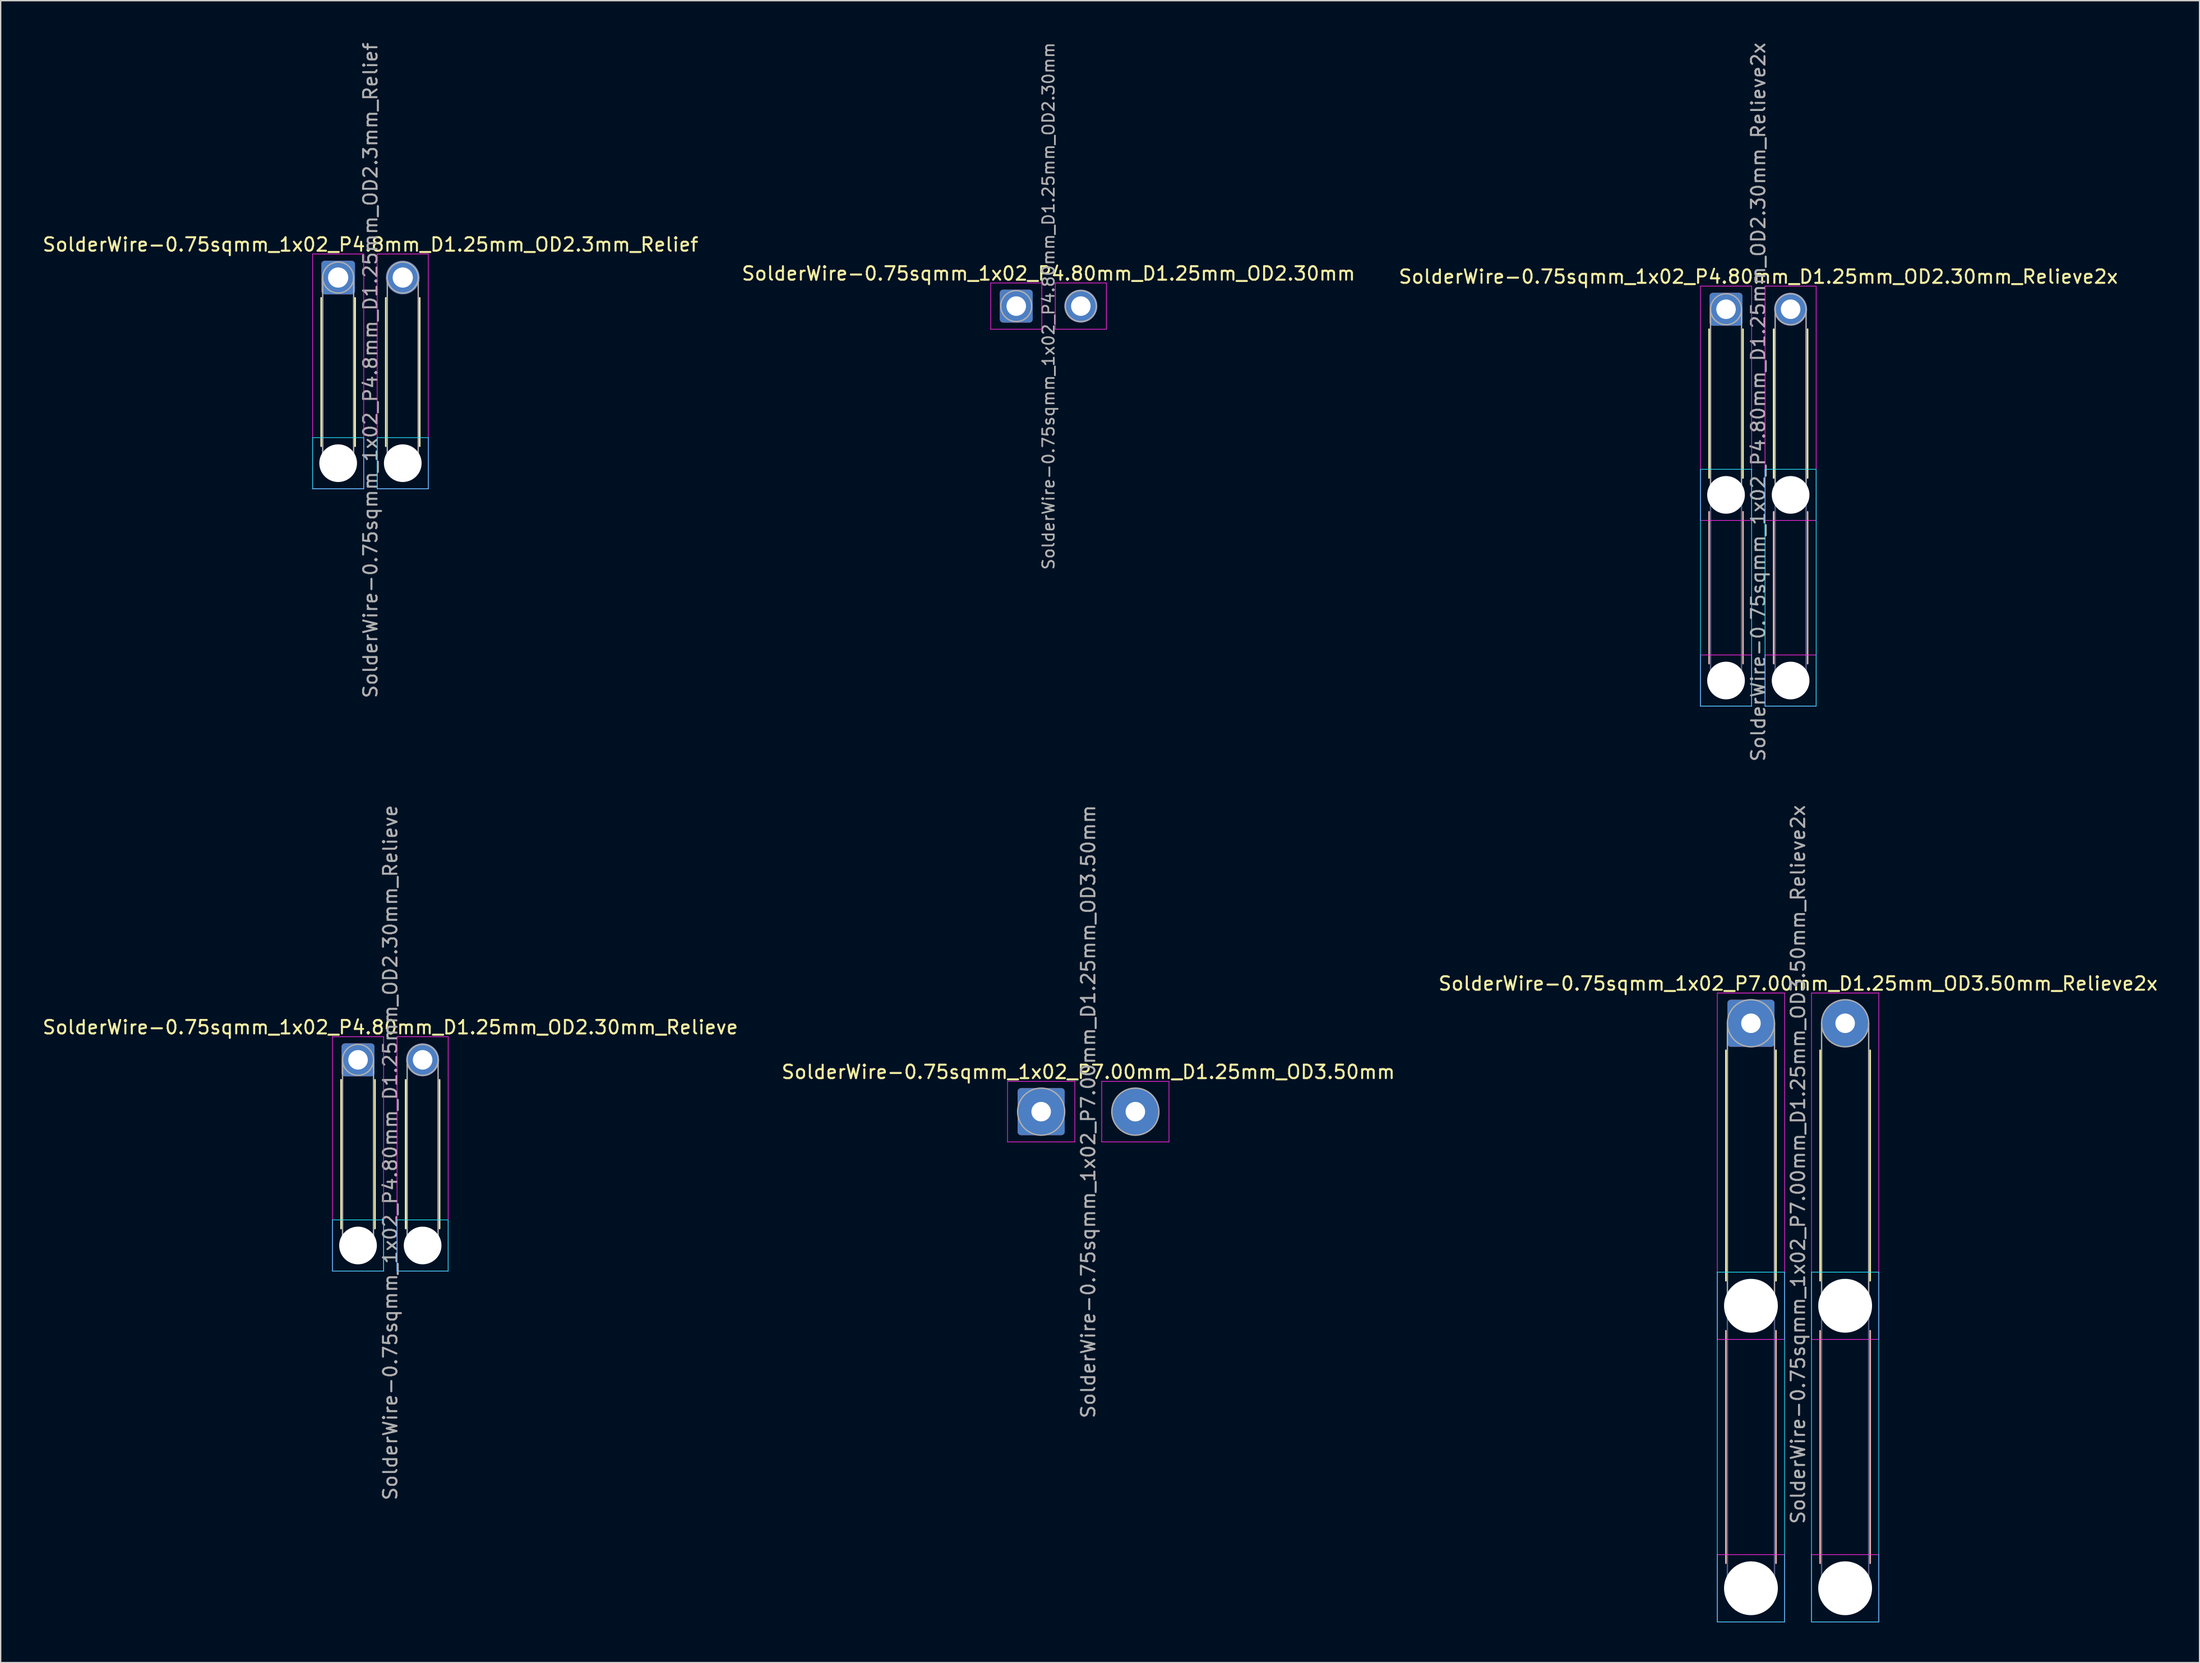
<source format=kicad_pcb>
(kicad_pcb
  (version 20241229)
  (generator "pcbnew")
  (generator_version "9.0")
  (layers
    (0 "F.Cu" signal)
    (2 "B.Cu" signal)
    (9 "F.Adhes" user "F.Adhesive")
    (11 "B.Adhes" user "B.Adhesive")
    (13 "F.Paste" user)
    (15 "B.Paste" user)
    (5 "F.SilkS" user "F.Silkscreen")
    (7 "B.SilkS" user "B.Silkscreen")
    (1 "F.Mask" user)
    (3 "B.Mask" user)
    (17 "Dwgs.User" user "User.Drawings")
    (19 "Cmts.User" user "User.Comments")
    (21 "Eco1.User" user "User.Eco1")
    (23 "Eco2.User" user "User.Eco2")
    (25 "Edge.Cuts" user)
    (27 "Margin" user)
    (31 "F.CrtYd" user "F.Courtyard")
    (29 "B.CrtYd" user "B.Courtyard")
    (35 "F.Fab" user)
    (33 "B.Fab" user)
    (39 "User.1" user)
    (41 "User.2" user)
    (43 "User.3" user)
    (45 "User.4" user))
  (footprint "SolderWire-0.75sqmm_1x02_P4.80mm_D1.25mm_OD2.30mm_Relieve"
    (layer "F.Cu")
    (at 23.558 75.737)
    (property "Reference" "SolderWire-0.75sqmm_1x02_P4.80mm_D1.25mm_OD2.30mm_Relieve" (at 2.4 -2.42 0) (layer "F.SilkS") (effects (font (size 1 1) (thickness 0.15))))
    (attr exclude_from_pos_files exclude_from_bom)
    (fp_line (start -1.26 1.485) (end -1.26 12.54) (stroke (width 0.12) (type solid)) (layer "F.SilkS"))
    (fp_line (start 1.26 1.485) (end 1.26 12.54) (stroke (width 0.12) (type solid)) (layer "F.SilkS"))
    (fp_line (start 3.54 1.485) (end 3.54 12.54) (stroke (width 0.12) (type solid)) (layer "F.SilkS"))
    (fp_line (start 6.06 1.485) (end 6.06 12.54) (stroke (width 0.12) (type solid)) (layer "F.SilkS"))
    (fp_line (start -1.9 11.9) (end -1.9 15.7) (stroke (width 0.05) (type solid)) (layer "B.CrtYd"))
    (fp_line (start -1.9 15.7) (end 1.9 15.7) (stroke (width 0.05) (type solid)) (layer "B.CrtYd"))
    (fp_line (start 1.9 11.9) (end -1.9 11.9) (stroke (width 0.05) (type solid)) (layer "B.CrtYd"))
    (fp_line (start 1.9 15.7) (end 1.9 11.9) (stroke (width 0.05) (type solid)) (layer "B.CrtYd"))
    (fp_line (start 2.9 11.9) (end 2.9 15.7) (stroke (width 0.05) (type solid)) (layer "B.CrtYd"))
    (fp_line (start 2.9 15.7) (end 6.7 15.7) (stroke (width 0.05) (type solid)) (layer "B.CrtYd"))
    (fp_line (start 6.7 11.9) (end 2.9 11.9) (stroke (width 0.05) (type solid)) (layer "B.CrtYd"))
    (fp_line (start 6.7 15.7) (end 6.7 11.9) (stroke (width 0.05) (type solid)) (layer "B.CrtYd"))
    (fp_line (start -1.9 -1.72) (end -1.9 15.7) (stroke (width 0.05) (type solid)) (layer "F.CrtYd"))
    (fp_line (start -1.9 15.7) (end 1.9 15.7) (stroke (width 0.05) (type solid)) (layer "F.CrtYd"))
    (fp_line (start 1.9 -1.72) (end -1.9 -1.72) (stroke (width 0.05) (type solid)) (layer "F.CrtYd"))
    (fp_line (start 1.9 15.7) (end 1.9 -1.72) (stroke (width 0.05) (type solid)) (layer "F.CrtYd"))
    (fp_line (start 2.9 -1.72) (end 2.9 15.7) (stroke (width 0.05) (type solid)) (layer "F.CrtYd"))
    (fp_line (start 2.9 15.7) (end 6.7 15.7) (stroke (width 0.05) (type solid)) (layer "F.CrtYd"))
    (fp_line (start 6.7 -1.72) (end 2.9 -1.72) (stroke (width 0.05) (type solid)) (layer "F.CrtYd"))
    (fp_line (start 6.7 15.7) (end 6.7 -1.72) (stroke (width 0.05) (type solid)) (layer "F.CrtYd"))
    (fp_line (start -1.15 0) (end -1.15 13.8) (stroke (width 0.1) (type solid)) (layer "F.Fab"))
    (fp_line (start 1.15 0) (end 1.15 13.8) (stroke (width 0.1) (type solid)) (layer "F.Fab"))
    (fp_line (start 3.65 0) (end 3.65 13.8) (stroke (width 0.1) (type solid)) (layer "F.Fab"))
    (fp_line (start 5.95 0) (end 5.95 13.8) (stroke (width 0.1) (type solid)) (layer "F.Fab"))
    (fp_circle (center 0 0) (end 1.15 0) (stroke (width 0.1) (type solid)) (fill no) (layer "F.Fab"))
    (fp_circle (center 0 13.8) (end 1.15 13.8) (stroke (width 0.1) (type solid)) (fill no) (layer "F.Fab"))
    (fp_circle (center 4.8 0) (end 5.95 0) (stroke (width 0.1) (type solid)) (fill no) (layer "F.Fab"))
    (fp_circle (center 4.8 13.8) (end 5.95 13.8) (stroke (width 0.1) (type solid)) (fill no) (layer "F.Fab"))
    (fp_text user "${REFERENCE}" (at 2.4 6.9 90) (layer "F.Fab") (effects (font (size 1 1) (thickness 0.15))))
    (pad "" np_thru_hole circle (at 0 13.8) (size 2.8 2.8) (drill 2.8) (layers "*.Cu" "*.Mask"))
    (pad "" np_thru_hole circle (at 4.8 13.8) (size 2.8 2.8) (drill 2.8) (layers "*.Cu" "*.Mask"))
    (pad "1" thru_hole roundrect (at 0 0) (size 2.45 2.45) (drill 1.45) (layers "*.Cu" "*.Mask") (roundrect_rratio 0.102))
    (pad "2" thru_hole circle (at 4.8 0) (size 2.45 2.45) (drill 1.45) (layers "*.Cu" "*.Mask")))
  (footprint "SolderWire-0.75sqmm_1x02_P7.00mm_D1.25mm_OD3.50mm_Relieve2x"
    (layer "F.Cu")
    (at 127.077 73.018)
    (property "Reference" "SolderWire-0.75sqmm_1x02_P7.00mm_D1.25mm_OD3.50mm_Relieve2x" (at 3.5 -2.95 0) (layer "F.SilkS") (effects (font (size 1 1) (thickness 0.15))))
    (attr exclude_from_pos_files exclude_from_bom)
    (fp_line (start -1.86 2.01) (end -1.86 19.14) (stroke (width 0.12) (type solid)) (layer "F.SilkS"))
    (fp_line (start 1.86 2.01) (end 1.86 19.14) (stroke (width 0.12) (type solid)) (layer "F.SilkS"))
    (fp_line (start 5.14 2.01) (end 5.14 19.14) (stroke (width 0.12) (type solid)) (layer "F.SilkS"))
    (fp_line (start 8.86 2.01) (end 8.86 19.14) (stroke (width 0.12) (type solid)) (layer "F.SilkS"))
    (fp_line (start -1.86 22.86) (end -1.86 40.14) (stroke (width 0.12) (type solid)) (layer "B.SilkS"))
    (fp_line (start 1.86 22.86) (end 1.86 40.14) (stroke (width 0.12) (type solid)) (layer "B.SilkS"))
    (fp_line (start 5.14 22.86) (end 5.14 40.14) (stroke (width 0.12) (type solid)) (layer "B.SilkS"))
    (fp_line (start 8.86 22.86) (end 8.86 40.14) (stroke (width 0.12) (type solid)) (layer "B.SilkS"))
    (fp_line (start -2.5 18.5) (end -2.5 44.5) (stroke (width 0.05) (type solid)) (layer "B.CrtYd"))
    (fp_line (start -2.5 44.5) (end 2.5 44.5) (stroke (width 0.05) (type solid)) (layer "B.CrtYd"))
    (fp_line (start 2.5 18.5) (end -2.5 18.5) (stroke (width 0.05) (type solid)) (layer "B.CrtYd"))
    (fp_line (start 2.5 44.5) (end 2.5 18.5) (stroke (width 0.05) (type solid)) (layer "B.CrtYd"))
    (fp_line (start 4.5 18.5) (end 4.5 44.5) (stroke (width 0.05) (type solid)) (layer "B.CrtYd"))
    (fp_line (start 4.5 44.5) (end 9.5 44.5) (stroke (width 0.05) (type solid)) (layer "B.CrtYd"))
    (fp_line (start 9.5 18.5) (end 4.5 18.5) (stroke (width 0.05) (type solid)) (layer "B.CrtYd"))
    (fp_line (start 9.5 44.5) (end 9.5 18.5) (stroke (width 0.05) (type solid)) (layer "B.CrtYd"))
    (fp_line (start -2.5 -2.25) (end -2.5 23.5) (stroke (width 0.05) (type solid)) (layer "F.CrtYd"))
    (fp_line (start -2.5 23.5) (end 2.5 23.5) (stroke (width 0.05) (type solid)) (layer "F.CrtYd"))
    (fp_line (start -2.5 39.5) (end -2.5 44.5) (stroke (width 0.05) (type solid)) (layer "F.CrtYd"))
    (fp_line (start -2.5 44.5) (end 2.5 44.5) (stroke (width 0.05) (type solid)) (layer "F.CrtYd"))
    (fp_line (start 2.5 -2.25) (end -2.5 -2.25) (stroke (width 0.05) (type solid)) (layer "F.CrtYd"))
    (fp_line (start 2.5 23.5) (end 2.5 -2.25) (stroke (width 0.05) (type solid)) (layer "F.CrtYd"))
    (fp_line (start 2.5 39.5) (end -2.5 39.5) (stroke (width 0.05) (type solid)) (layer "F.CrtYd"))
    (fp_line (start 2.5 44.5) (end 2.5 39.5) (stroke (width 0.05) (type solid)) (layer "F.CrtYd"))
    (fp_line (start 4.5 -2.25) (end 4.5 23.5) (stroke (width 0.05) (type solid)) (layer "F.CrtYd"))
    (fp_line (start 4.5 23.5) (end 9.5 23.5) (stroke (width 0.05) (type solid)) (layer "F.CrtYd"))
    (fp_line (start 4.5 39.5) (end 4.5 44.5) (stroke (width 0.05) (type solid)) (layer "F.CrtYd"))
    (fp_line (start 4.5 44.5) (end 9.5 44.5) (stroke (width 0.05) (type solid)) (layer "F.CrtYd"))
    (fp_line (start 9.5 -2.25) (end 4.5 -2.25) (stroke (width 0.05) (type solid)) (layer "F.CrtYd"))
    (fp_line (start 9.5 23.5) (end 9.5 -2.25) (stroke (width 0.05) (type solid)) (layer "F.CrtYd"))
    (fp_line (start 9.5 39.5) (end 4.5 39.5) (stroke (width 0.05) (type solid)) (layer "F.CrtYd"))
    (fp_line (start 9.5 44.5) (end 9.5 39.5) (stroke (width 0.05) (type solid)) (layer "F.CrtYd"))
    (fp_line (start -1.75 21) (end -1.75 42) (stroke (width 0.1) (type solid)) (layer "B.Fab"))
    (fp_line (start 1.75 21) (end 1.75 42) (stroke (width 0.1) (type solid)) (layer "B.Fab"))
    (fp_line (start 5.25 21) (end 5.25 42) (stroke (width 0.1) (type solid)) (layer "B.Fab"))
    (fp_line (start 8.75 21) (end 8.75 42) (stroke (width 0.1) (type solid)) (layer "B.Fab"))
    (fp_circle (center 0 21) (end 1.75 21) (stroke (width 0.1) (type solid)) (fill no) (layer "B.Fab"))
    (fp_circle (center 0 42) (end 1.75 42) (stroke (width 0.1) (type solid)) (fill no) (layer "B.Fab"))
    (fp_circle (center 7 21) (end 8.75 21) (stroke (width 0.1) (type solid)) (fill no) (layer "B.Fab"))
    (fp_circle (center 7 42) (end 8.75 42) (stroke (width 0.1) (type solid)) (fill no) (layer "B.Fab"))
    (fp_line (start -1.75 0) (end -1.75 21) (stroke (width 0.1) (type solid)) (layer "F.Fab"))
    (fp_line (start 1.75 0) (end 1.75 21) (stroke (width 0.1) (type solid)) (layer "F.Fab"))
    (fp_line (start 5.25 0) (end 5.25 21) (stroke (width 0.1) (type solid)) (layer "F.Fab"))
    (fp_line (start 8.75 0) (end 8.75 21) (stroke (width 0.1) (type solid)) (layer "F.Fab"))
    (fp_circle (center 0 0) (end 1.75 0) (stroke (width 0.1) (type solid)) (fill no) (layer "F.Fab"))
    (fp_circle (center 0 21) (end 1.75 21) (stroke (width 0.1) (type solid)) (fill no) (layer "F.Fab"))
    (fp_circle (center 0 42) (end 1.75 42) (stroke (width 0.1) (type solid)) (fill no) (layer "F.Fab"))
    (fp_circle (center 7 0) (end 8.75 0) (stroke (width 0.1) (type solid)) (fill no) (layer "F.Fab"))
    (fp_circle (center 7 21) (end 8.75 21) (stroke (width 0.1) (type solid)) (fill no) (layer "F.Fab"))
    (fp_circle (center 7 42) (end 8.75 42) (stroke (width 0.1) (type solid)) (fill no) (layer "F.Fab"))
    (fp_text user "${REFERENCE}" (at 3.5 10.5 90) (layer "F.Fab") (effects (font (size 1 1) (thickness 0.15))))
    (pad "" np_thru_hole circle (at 0 21) (size 4 4) (drill 4) (layers "*.Cu" "*.Mask"))
    (pad "" np_thru_hole circle (at 0 42) (size 4 4) (drill 4) (layers "*.Cu" "*.Mask"))
    (pad "" np_thru_hole circle (at 7 21) (size 4 4) (drill 4) (layers "*.Cu" "*.Mask"))
    (pad "" np_thru_hole circle (at 7 42) (size 4 4) (drill 4) (layers "*.Cu" "*.Mask"))
    (pad "1" thru_hole roundrect (at 0 0) (size 3.5 3.5) (drill 1.45) (layers "*.Cu" "*.Mask") (roundrect_rratio 0.071))
    (pad "2" thru_hole circle (at 7 0) (size 3.5 3.5) (drill 1.45) (layers "*.Cu" "*.Mask")))
  (footprint "SolderWire-0.75sqmm_1x02_P4.80mm_D1.25mm_OD2.30mm"
    (layer "F.Cu")
    (at 72.475 19.705)
    (property "Reference" "SolderWire-0.75sqmm_1x02_P4.80mm_D1.25mm_OD2.30mm" (at 2.4 -2.42 0) (layer "F.SilkS") (effects (font (size 1 1) (thickness 0.15))))
    (attr exclude_from_pos_files exclude_from_bom)
    (fp_line (start -1.9 -1.72) (end -1.9 1.72) (stroke (width 0.05) (type solid)) (layer "F.CrtYd"))
    (fp_line (start -1.9 1.72) (end 1.9 1.72) (stroke (width 0.05) (type solid)) (layer "F.CrtYd"))
    (fp_line (start 1.9 -1.72) (end -1.9 -1.72) (stroke (width 0.05) (type solid)) (layer "F.CrtYd"))
    (fp_line (start 1.9 1.72) (end 1.9 -1.72) (stroke (width 0.05) (type solid)) (layer "F.CrtYd"))
    (fp_line (start 2.9 -1.72) (end 2.9 1.72) (stroke (width 0.05) (type solid)) (layer "F.CrtYd"))
    (fp_line (start 2.9 1.72) (end 6.7 1.72) (stroke (width 0.05) (type solid)) (layer "F.CrtYd"))
    (fp_line (start 6.7 -1.72) (end 2.9 -1.72) (stroke (width 0.05) (type solid)) (layer "F.CrtYd"))
    (fp_line (start 6.7 1.72) (end 6.7 -1.72) (stroke (width 0.05) (type solid)) (layer "F.CrtYd"))
    (fp_circle (center 0 0) (end 1.15 0) (stroke (width 0.1) (type solid)) (fill no) (layer "F.Fab"))
    (fp_circle (center 4.8 0) (end 5.95 0) (stroke (width 0.1) (type solid)) (fill no) (layer "F.Fab"))
    (fp_text user "${REFERENCE}" (at 2.4 0 90) (layer "F.Fab") (effects (font (size 0.86 0.86) (thickness 0.13))))
    (pad "1" thru_hole roundrect (at 0 0) (size 2.45 2.45) (drill 1.45) (layers "*.Cu" "*.Mask") (roundrect_rratio 0.102))
    (pad "2" thru_hole circle (at 4.8 0) (size 2.45 2.45) (drill 1.45) (layers "*.Cu" "*.Mask")))
  (footprint "SolderWire-0.75sqmm_1x02_P4.8mm_D1.25mm_OD2.3mm_Relief"
    (layer "F.Cu")
    (at 22.082 17.582)
    (property "Reference" "SolderWire-0.75sqmm_1x02_P4.8mm_D1.25mm_OD2.3mm_Relief" (at 2.4 -2.45 0) (layer "F.SilkS") (effects (font (size 1 1) (thickness 0.15))))
    (attr exclude_from_pos_files exclude_from_bom)
    (fp_line (start -1.26 1.51) (end -1.26 12.54) (stroke (width 0.12) (type solid)) (layer "F.SilkS"))
    (fp_line (start 1.26 1.51) (end 1.26 12.54) (stroke (width 0.12) (type solid)) (layer "F.SilkS"))
    (fp_line (start 3.54 1.51) (end 3.54 12.54) (stroke (width 0.12) (type solid)) (layer "F.SilkS"))
    (fp_line (start 6.06 1.51) (end 6.06 12.54) (stroke (width 0.12) (type solid)) (layer "F.SilkS"))
    (fp_line (start -1.9 11.9) (end -1.9 15.7) (stroke (width 0.05) (type solid)) (layer "B.CrtYd"))
    (fp_line (start -1.9 15.7) (end 1.9 15.7) (stroke (width 0.05) (type solid)) (layer "B.CrtYd"))
    (fp_line (start 1.9 11.9) (end -1.9 11.9) (stroke (width 0.05) (type solid)) (layer "B.CrtYd"))
    (fp_line (start 1.9 15.7) (end 1.9 11.9) (stroke (width 0.05) (type solid)) (layer "B.CrtYd"))
    (fp_line (start 2.9 11.9) (end 2.9 15.7) (stroke (width 0.05) (type solid)) (layer "B.CrtYd"))
    (fp_line (start 2.9 15.7) (end 6.7 15.7) (stroke (width 0.05) (type solid)) (layer "B.CrtYd"))
    (fp_line (start 6.7 11.9) (end 2.9 11.9) (stroke (width 0.05) (type solid)) (layer "B.CrtYd"))
    (fp_line (start 6.7 15.7) (end 6.7 11.9) (stroke (width 0.05) (type solid)) (layer "B.CrtYd"))
    (fp_line (start -1.9 -1.75) (end -1.9 15.7) (stroke (width 0.05) (type solid)) (layer "F.CrtYd"))
    (fp_line (start -1.9 15.7) (end 1.9 15.7) (stroke (width 0.05) (type solid)) (layer "F.CrtYd"))
    (fp_line (start 1.9 -1.75) (end -1.9 -1.75) (stroke (width 0.05) (type solid)) (layer "F.CrtYd"))
    (fp_line (start 1.9 15.7) (end 1.9 -1.75) (stroke (width 0.05) (type solid)) (layer "F.CrtYd"))
    (fp_line (start 2.9 -1.75) (end 2.9 15.7) (stroke (width 0.05) (type solid)) (layer "F.CrtYd"))
    (fp_line (start 2.9 15.7) (end 6.7 15.7) (stroke (width 0.05) (type solid)) (layer "F.CrtYd"))
    (fp_line (start 6.7 -1.75) (end 2.9 -1.75) (stroke (width 0.05) (type solid)) (layer "F.CrtYd"))
    (fp_line (start 6.7 15.7) (end 6.7 -1.75) (stroke (width 0.05) (type solid)) (layer "F.CrtYd"))
    (fp_line (start -1.15 0) (end -1.15 13.8) (stroke (width 0.1) (type solid)) (layer "F.Fab"))
    (fp_line (start 1.15 0) (end 1.15 13.8) (stroke (width 0.1) (type solid)) (layer "F.Fab"))
    (fp_line (start 3.65 0) (end 3.65 13.8) (stroke (width 0.1) (type solid)) (layer "F.Fab"))
    (fp_line (start 5.95 0) (end 5.95 13.8) (stroke (width 0.1) (type solid)) (layer "F.Fab"))
    (fp_circle (center 0 0) (end 1.15 0) (stroke (width 0.1) (type solid)) (fill no) (layer "F.Fab"))
    (fp_circle (center 0 13.8) (end 1.15 13.8) (stroke (width 0.1) (type solid)) (fill no) (layer "F.Fab"))
    (fp_circle (center 4.8 0) (end 5.95 0) (stroke (width 0.1) (type solid)) (fill no) (layer "F.Fab"))
    (fp_circle (center 4.8 13.8) (end 5.95 13.8) (stroke (width 0.1) (type solid)) (fill no) (layer "F.Fab"))
    (fp_text user "${REFERENCE}" (at 2.4 6.9 90) (layer "F.Fab") (effects (font (size 1 1) (thickness 0.15))))
    (pad "" np_thru_hole circle (at 0 13.8) (size 2.8 2.8) (drill 2.8) (layers "*.Cu" "*.Mask"))
    (pad "" np_thru_hole circle (at 4.8 13.8) (size 2.8 2.8) (drill 2.8) (layers "*.Cu" "*.Mask"))
    (pad "1" thru_hole roundrect (at 0 0) (size 2.5 2.5) (drill 1.5) (layers "*.Cu" "*.Mask") (roundrect_rratio 0.1))
    (pad "2" thru_hole circle (at 4.8 0) (size 2.5 2.5) (drill 1.5) (layers "*.Cu" "*.Mask")))
  (footprint "SolderWire-0.75sqmm_1x02_P4.80mm_D1.25mm_OD2.30mm_Relieve2x"
    (layer "F.Cu")
    (at 125.225 19.939)
    (property "Reference" "SolderWire-0.75sqmm_1x02_P4.80mm_D1.25mm_OD2.30mm_Relieve2x" (at 2.4 -2.42 0) (layer "F.SilkS") (effects (font (size 1 1) (thickness 0.15))))
    (attr exclude_from_pos_files exclude_from_bom)
    (fp_line (start -1.26 1.485) (end -1.26 12.54) (stroke (width 0.12) (type solid)) (layer "F.SilkS"))
    (fp_line (start 1.26 1.485) (end 1.26 12.54) (stroke (width 0.12) (type solid)) (layer "F.SilkS"))
    (fp_line (start 3.54 1.485) (end 3.54 12.54) (stroke (width 0.12) (type solid)) (layer "F.SilkS"))
    (fp_line (start 6.06 1.485) (end 6.06 12.54) (stroke (width 0.12) (type solid)) (layer "F.SilkS"))
    (fp_line (start -1.26 15.06) (end -1.26 26.34) (stroke (width 0.12) (type solid)) (layer "B.SilkS"))
    (fp_line (start 1.26 15.06) (end 1.26 26.34) (stroke (width 0.12) (type solid)) (layer "B.SilkS"))
    (fp_line (start 3.54 15.06) (end 3.54 26.34) (stroke (width 0.12) (type solid)) (layer "B.SilkS"))
    (fp_line (start 6.06 15.06) (end 6.06 26.34) (stroke (width 0.12) (type solid)) (layer "B.SilkS"))
    (fp_line (start -1.9 11.9) (end -1.9 29.5) (stroke (width 0.05) (type solid)) (layer "B.CrtYd"))
    (fp_line (start -1.9 29.5) (end 1.9 29.5) (stroke (width 0.05) (type solid)) (layer "B.CrtYd"))
    (fp_line (start 1.9 11.9) (end -1.9 11.9) (stroke (width 0.05) (type solid)) (layer "B.CrtYd"))
    (fp_line (start 1.9 29.5) (end 1.9 11.9) (stroke (width 0.05) (type solid)) (layer "B.CrtYd"))
    (fp_line (start 2.9 11.9) (end 2.9 29.5) (stroke (width 0.05) (type solid)) (layer "B.CrtYd"))
    (fp_line (start 2.9 29.5) (end 6.7 29.5) (stroke (width 0.05) (type solid)) (layer "B.CrtYd"))
    (fp_line (start 6.7 11.9) (end 2.9 11.9) (stroke (width 0.05) (type solid)) (layer "B.CrtYd"))
    (fp_line (start 6.7 29.5) (end 6.7 11.9) (stroke (width 0.05) (type solid)) (layer "B.CrtYd"))
    (fp_line (start -1.9 -1.72) (end -1.9 15.7) (stroke (width 0.05) (type solid)) (layer "F.CrtYd"))
    (fp_line (start -1.9 15.7) (end 1.9 15.7) (stroke (width 0.05) (type solid)) (layer "F.CrtYd"))
    (fp_line (start -1.9 25.7) (end -1.9 29.5) (stroke (width 0.05) (type solid)) (layer "F.CrtYd"))
    (fp_line (start -1.9 29.5) (end 1.9 29.5) (stroke (width 0.05) (type solid)) (layer "F.CrtYd"))
    (fp_line (start 1.9 -1.72) (end -1.9 -1.72) (stroke (width 0.05) (type solid)) (layer "F.CrtYd"))
    (fp_line (start 1.9 15.7) (end 1.9 -1.72) (stroke (width 0.05) (type solid)) (layer "F.CrtYd"))
    (fp_line (start 1.9 25.7) (end -1.9 25.7) (stroke (width 0.05) (type solid)) (layer "F.CrtYd"))
    (fp_line (start 1.9 29.5) (end 1.9 25.7) (stroke (width 0.05) (type solid)) (layer "F.CrtYd"))
    (fp_line (start 2.9 -1.72) (end 2.9 15.7) (stroke (width 0.05) (type solid)) (layer "F.CrtYd"))
    (fp_line (start 2.9 15.7) (end 6.7 15.7) (stroke (width 0.05) (type solid)) (layer "F.CrtYd"))
    (fp_line (start 2.9 25.7) (end 2.9 29.5) (stroke (width 0.05) (type solid)) (layer "F.CrtYd"))
    (fp_line (start 2.9 29.5) (end 6.7 29.5) (stroke (width 0.05) (type solid)) (layer "F.CrtYd"))
    (fp_line (start 6.7 -1.72) (end 2.9 -1.72) (stroke (width 0.05) (type solid)) (layer "F.CrtYd"))
    (fp_line (start 6.7 15.7) (end 6.7 -1.72) (stroke (width 0.05) (type solid)) (layer "F.CrtYd"))
    (fp_line (start 6.7 25.7) (end 2.9 25.7) (stroke (width 0.05) (type solid)) (layer "F.CrtYd"))
    (fp_line (start 6.7 29.5) (end 6.7 25.7) (stroke (width 0.05) (type solid)) (layer "F.CrtYd"))
    (fp_line (start -1.15 13.8) (end -1.15 27.6) (stroke (width 0.1) (type solid)) (layer "B.Fab"))
    (fp_line (start 1.15 13.8) (end 1.15 27.6) (stroke (width 0.1) (type solid)) (layer "B.Fab"))
    (fp_line (start 3.65 13.8) (end 3.65 27.6) (stroke (width 0.1) (type solid)) (layer "B.Fab"))
    (fp_line (start 5.95 13.8) (end 5.95 27.6) (stroke (width 0.1) (type solid)) (layer "B.Fab"))
    (fp_circle (center 0 13.8) (end 1.15 13.8) (stroke (width 0.1) (type solid)) (fill no) (layer "B.Fab"))
    (fp_circle (center 0 27.6) (end 1.15 27.6) (stroke (width 0.1) (type solid)) (fill no) (layer "B.Fab"))
    (fp_circle (center 4.8 13.8) (end 5.95 13.8) (stroke (width 0.1) (type solid)) (fill no) (layer "B.Fab"))
    (fp_circle (center 4.8 27.6) (end 5.95 27.6) (stroke (width 0.1) (type solid)) (fill no) (layer "B.Fab"))
    (fp_line (start -1.15 0) (end -1.15 13.8) (stroke (width 0.1) (type solid)) (layer "F.Fab"))
    (fp_line (start 1.15 0) (end 1.15 13.8) (stroke (width 0.1) (type solid)) (layer "F.Fab"))
    (fp_line (start 3.65 0) (end 3.65 13.8) (stroke (width 0.1) (type solid)) (layer "F.Fab"))
    (fp_line (start 5.95 0) (end 5.95 13.8) (stroke (width 0.1) (type solid)) (layer "F.Fab"))
    (fp_circle (center 0 0) (end 1.15 0) (stroke (width 0.1) (type solid)) (fill no) (layer "F.Fab"))
    (fp_circle (center 0 13.8) (end 1.15 13.8) (stroke (width 0.1) (type solid)) (fill no) (layer "F.Fab"))
    (fp_circle (center 0 27.6) (end 1.15 27.6) (stroke (width 0.1) (type solid)) (fill no) (layer "F.Fab"))
    (fp_circle (center 4.8 0) (end 5.95 0) (stroke (width 0.1) (type solid)) (fill no) (layer "F.Fab"))
    (fp_circle (center 4.8 13.8) (end 5.95 13.8) (stroke (width 0.1) (type solid)) (fill no) (layer "F.Fab"))
    (fp_circle (center 4.8 27.6) (end 5.95 27.6) (stroke (width 0.1) (type solid)) (fill no) (layer "F.Fab"))
    (fp_text user "${REFERENCE}" (at 2.4 6.9 90) (layer "F.Fab") (effects (font (size 1 1) (thickness 0.15))))
    (pad "" np_thru_hole circle (at 0 13.8) (size 2.8 2.8) (drill 2.8) (layers "*.Cu" "*.Mask"))
    (pad "" np_thru_hole circle (at 0 27.6) (size 2.8 2.8) (drill 2.8) (layers "*.Cu" "*.Mask"))
    (pad "" np_thru_hole circle (at 4.8 13.8) (size 2.8 2.8) (drill 2.8) (layers "*.Cu" "*.Mask"))
    (pad "" np_thru_hole circle (at 4.8 27.6) (size 2.8 2.8) (drill 2.8) (layers "*.Cu" "*.Mask"))
    (pad "1" thru_hole roundrect (at 0 0) (size 2.45 2.45) (drill 1.45) (layers "*.Cu" "*.Mask") (roundrect_rratio 0.102))
    (pad "2" thru_hole circle (at 4.8 0) (size 2.45 2.45) (drill 1.45) (layers "*.Cu" "*.Mask")))
  (footprint "SolderWire-0.75sqmm_1x02_P7.00mm_D1.25mm_OD3.50mm"
    (layer "F.Cu")
    (at 74.327 79.589)
    (property "Reference" "SolderWire-0.75sqmm_1x02_P7.00mm_D1.25mm_OD3.50mm" (at 3.5 -2.95 0) (layer "F.SilkS") (effects (font (size 1 1) (thickness 0.15))))
    (attr exclude_from_pos_files exclude_from_bom)
    (fp_line (start -2.5 -2.25) (end -2.5 2.25) (stroke (width 0.05) (type solid)) (layer "F.CrtYd"))
    (fp_line (start -2.5 2.25) (end 2.5 2.25) (stroke (width 0.05) (type solid)) (layer "F.CrtYd"))
    (fp_line (start 2.5 -2.25) (end -2.5 -2.25) (stroke (width 0.05) (type solid)) (layer "F.CrtYd"))
    (fp_line (start 2.5 2.25) (end 2.5 -2.25) (stroke (width 0.05) (type solid)) (layer "F.CrtYd"))
    (fp_line (start 4.5 -2.25) (end 4.5 2.25) (stroke (width 0.05) (type solid)) (layer "F.CrtYd"))
    (fp_line (start 4.5 2.25) (end 9.5 2.25) (stroke (width 0.05) (type solid)) (layer "F.CrtYd"))
    (fp_line (start 9.5 -2.25) (end 4.5 -2.25) (stroke (width 0.05) (type solid)) (layer "F.CrtYd"))
    (fp_line (start 9.5 2.25) (end 9.5 -2.25) (stroke (width 0.05) (type solid)) (layer "F.CrtYd"))
    (fp_circle (center 0 0) (end 1.75 0) (stroke (width 0.1) (type solid)) (fill no) (layer "F.Fab"))
    (fp_circle (center 7 0) (end 8.75 0) (stroke (width 0.1) (type solid)) (fill no) (layer "F.Fab"))
    (fp_text user "${REFERENCE}" (at 3.5 0 90) (layer "F.Fab") (effects (font (size 1 1) (thickness 0.15))))
    (pad "1" thru_hole roundrect (at 0 0) (size 3.5 3.5) (drill 1.45) (layers "*.Cu" "*.Mask") (roundrect_rratio 0.071))
    (pad "2" thru_hole circle (at 7 0) (size 3.5 3.5) (drill 1.45) (layers "*.Cu" "*.Mask")))
  (gr_rect
    (start -3 -3)
    (end 160.417 120.543)
    (stroke (width 0.1) (type default))
    (fill no)
    (layer "Edge.Cuts")))
</source>
